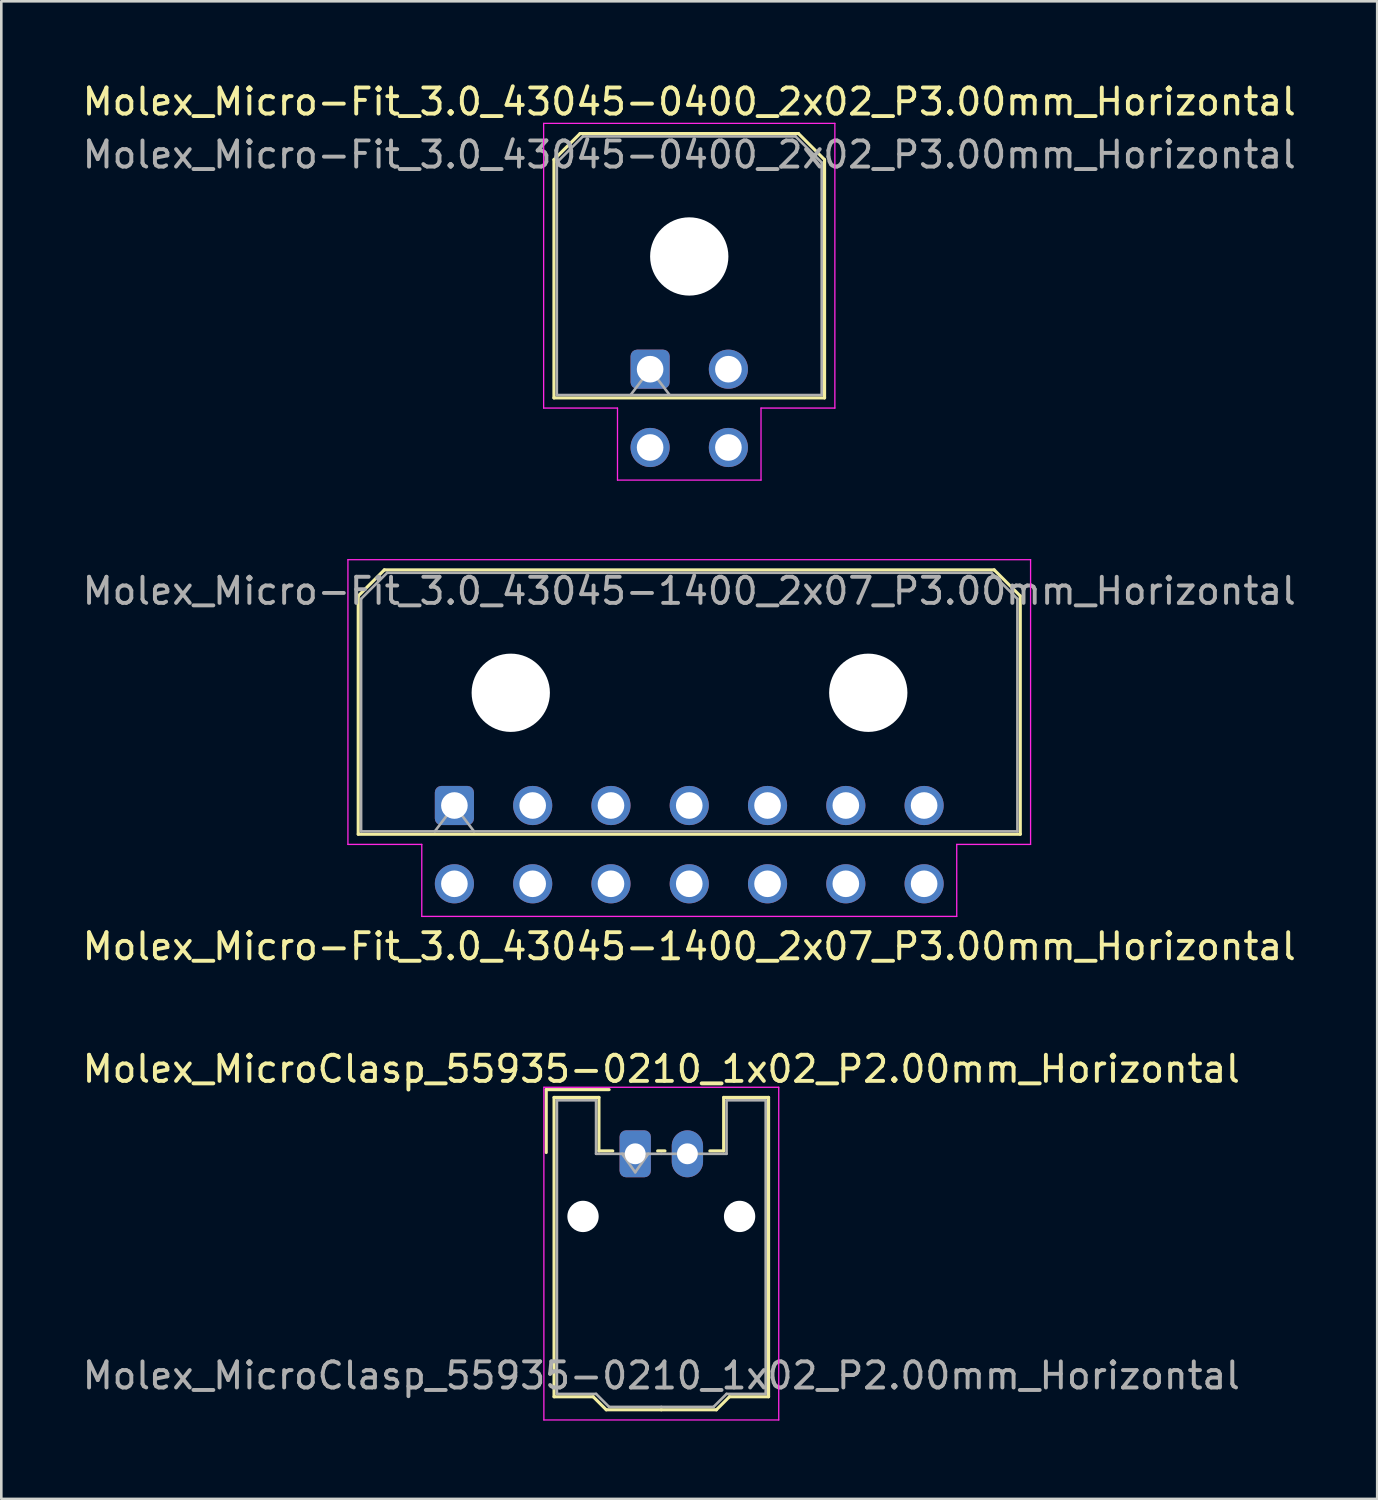
<source format=kicad_pcb>
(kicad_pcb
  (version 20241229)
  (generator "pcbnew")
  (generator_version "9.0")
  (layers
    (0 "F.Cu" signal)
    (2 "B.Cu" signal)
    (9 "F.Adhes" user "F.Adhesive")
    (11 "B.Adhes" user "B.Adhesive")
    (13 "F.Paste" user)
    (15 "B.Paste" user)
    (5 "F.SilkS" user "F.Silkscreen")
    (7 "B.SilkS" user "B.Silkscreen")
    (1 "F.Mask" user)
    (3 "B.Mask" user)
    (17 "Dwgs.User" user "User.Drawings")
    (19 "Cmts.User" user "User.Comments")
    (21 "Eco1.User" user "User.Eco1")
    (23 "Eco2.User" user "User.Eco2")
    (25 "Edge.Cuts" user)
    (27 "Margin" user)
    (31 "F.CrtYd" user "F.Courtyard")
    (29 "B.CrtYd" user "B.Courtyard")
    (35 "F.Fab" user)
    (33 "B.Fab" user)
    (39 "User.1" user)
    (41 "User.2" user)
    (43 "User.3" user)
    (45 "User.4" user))
  (footprint "Molex_MicroClasp_55935-0210_1x02_P2.00mm_Horizontal"
    (layer "F.Cu")
    (at 21.292 41.165)
    (property "Reference" "Molex_MicroClasp_55935-0210_1x02_P2.00mm_Horizontal" (at 1 -3.25 0) (layer "F.SilkS") (effects (font (size 1 1) (thickness 0.15))))
    (attr through_hole)
    (fp_line (start -3.41 -2.46) (end -1 -2.46) (stroke (width 0.12) (type solid)) (layer "F.SilkS"))
    (fp_line (start -3.41 -0.05) (end -3.41 -2.46) (stroke (width 0.12) (type solid)) (layer "F.SilkS"))
    (fp_line (start -3.11 -2.16) (end -1.39 -2.16) (stroke (width 0.12) (type solid)) (layer "F.SilkS"))
    (fp_line (start -3.11 9.31) (end -3.11 -2.16) (stroke (width 0.12) (type solid)) (layer "F.SilkS"))
    (fp_line (start -1.61 9.31) (end -3.11 9.31) (stroke (width 0.12) (type solid)) (layer "F.SilkS"))
    (fp_line (start -1.39 -2.16) (end -1.39 -0.11) (stroke (width 0.12) (type solid)) (layer "F.SilkS"))
    (fp_line (start -1.39 -0.11) (end -0.86 -0.11) (stroke (width 0.12) (type solid)) (layer "F.SilkS"))
    (fp_line (start -1.11 9.81) (end -1.61 9.31) (stroke (width 0.12) (type solid)) (layer "F.SilkS"))
    (fp_line (start 0.86 -0.11) (end 1.14 -0.11) (stroke (width 0.12) (type solid)) (layer "F.SilkS"))
    (fp_line (start 1 9.81) (end -1.11 9.81) (stroke (width 0.12) (type solid)) (layer "F.SilkS"))
    (fp_line (start 1 9.81) (end 3.11 9.81) (stroke (width 0.12) (type solid)) (layer "F.SilkS"))
    (fp_line (start 3.11 9.81) (end 3.61 9.31) (stroke (width 0.12) (type solid)) (layer "F.SilkS"))
    (fp_line (start 3.39 -2.16) (end 3.39 -0.11) (stroke (width 0.12) (type solid)) (layer "F.SilkS"))
    (fp_line (start 3.39 -0.11) (end 2.86 -0.11) (stroke (width 0.12) (type solid)) (layer "F.SilkS"))
    (fp_line (start 3.61 9.31) (end 5.11 9.31) (stroke (width 0.12) (type solid)) (layer "F.SilkS"))
    (fp_line (start 5.11 -2.16) (end 3.39 -2.16) (stroke (width 0.12) (type solid)) (layer "F.SilkS"))
    (fp_line (start 5.11 9.31) (end 5.11 -2.16) (stroke (width 0.12) (type solid)) (layer "F.SilkS"))
    (fp_line (start -3.5 -2.55) (end -3.5 10.2) (stroke (width 0.05) (type solid)) (layer "F.CrtYd"))
    (fp_line (start -3.5 10.2) (end 5.5 10.2) (stroke (width 0.05) (type solid)) (layer "F.CrtYd"))
    (fp_line (start 5.5 -2.55) (end -3.5 -2.55) (stroke (width 0.05) (type solid)) (layer "F.CrtYd"))
    (fp_line (start 5.5 10.2) (end 5.5 -2.55) (stroke (width 0.05) (type solid)) (layer "F.CrtYd"))
    (fp_line (start -3 -2.05) (end -1.5 -2.05) (stroke (width 0.1) (type solid)) (layer "F.Fab"))
    (fp_line (start -3 9.2) (end -3 -2.05) (stroke (width 0.1) (type solid)) (layer "F.Fab"))
    (fp_line (start -1.5 -2.05) (end -1.5 0) (stroke (width 0.1) (type solid)) (layer "F.Fab"))
    (fp_line (start -1.5 0) (end 1 0) (stroke (width 0.1) (type solid)) (layer "F.Fab"))
    (fp_line (start -1.5 9.2) (end -3 9.2) (stroke (width 0.1) (type solid)) (layer "F.Fab"))
    (fp_line (start -1 9.7) (end -1.5 9.2) (stroke (width 0.1) (type solid)) (layer "F.Fab"))
    (fp_line (start -0.5 0) (end 0 0.707) (stroke (width 0.1) (type solid)) (layer "F.Fab"))
    (fp_line (start 0 0.707) (end 0.5 0) (stroke (width 0.1) (type solid)) (layer "F.Fab"))
    (fp_line (start 1 9.7) (end -1 9.7) (stroke (width 0.1) (type solid)) (layer "F.Fab"))
    (fp_line (start 1 9.7) (end 3 9.7) (stroke (width 0.1) (type solid)) (layer "F.Fab"))
    (fp_line (start 3 9.7) (end 3.5 9.2) (stroke (width 0.1) (type solid)) (layer "F.Fab"))
    (fp_line (start 3.5 -2.05) (end 3.5 0) (stroke (width 0.1) (type solid)) (layer "F.Fab"))
    (fp_line (start 3.5 0) (end 1 0) (stroke (width 0.1) (type solid)) (layer "F.Fab"))
    (fp_line (start 3.5 9.2) (end 5 9.2) (stroke (width 0.1) (type solid)) (layer "F.Fab"))
    (fp_line (start 5 -2.05) (end 3.5 -2.05) (stroke (width 0.1) (type solid)) (layer "F.Fab"))
    (fp_line (start 5 9.2) (end 5 -2.05) (stroke (width 0.1) (type solid)) (layer "F.Fab"))
    (fp_text user "${REFERENCE}" (at 1 8.5 0) (layer "F.Fab") (effects (font (size 1 1) (thickness 0.15))))
    (pad "" np_thru_hole circle (at -2 2.4) (size 1.2 1.2) (drill 1.2) (layers "*.Cu" "*.Mask"))
    (pad "" np_thru_hole circle (at 4 2.4) (size 1.2 1.2) (drill 1.2) (layers "*.Cu" "*.Mask"))
    (pad "1" thru_hole roundrect (at 0 0) (size 1.2 1.8) (drill 0.8) (layers "*.Cu" "*.Mask") (roundrect_rratio 0.208))
    (pad "2" thru_hole oval (at 2 0) (size 1.2 1.8) (drill 0.8) (layers "*.Cu" "*.Mask")))
  (footprint "Molex_Micro-Fit_3.0_43045-1400_2x07_P3.00mm_Horizontal"
    (layer "F.Cu")
    (at 14.363 27.818)
    (property "Reference" "Molex_Micro-Fit_3.0_43045-1400_2x07_P3.00mm_Horizontal" (at 9 5.4 0) (layer "F.SilkS") (effects (font (size 1 1) (thickness 0.15))))
    (attr through_hole)
    (fp_line (start -3.685 -8.03) (end -2.685 -9.03) (stroke (width 0.12) (type solid)) (layer "F.SilkS"))
    (fp_line (start -3.685 1.1) (end -3.685 -8.03) (stroke (width 0.12) (type solid)) (layer "F.SilkS"))
    (fp_line (start -2.685 -9.03) (end 20.685 -9.03) (stroke (width 0.12) (type solid)) (layer "F.SilkS"))
    (fp_line (start 20.685 -9.03) (end 21.685 -8.03) (stroke (width 0.12) (type solid)) (layer "F.SilkS"))
    (fp_line (start 21.685 -8.03) (end 21.685 1.1) (stroke (width 0.12) (type solid)) (layer "F.SilkS"))
    (fp_line (start 21.685 1.1) (end -3.685 1.1) (stroke (width 0.12) (type solid)) (layer "F.SilkS"))
    (fp_line (start -4.08 -9.42) (end 22.08 -9.42) (stroke (width 0.05) (type solid)) (layer "F.CrtYd"))
    (fp_line (start -4.08 1.49) (end -4.08 -9.42) (stroke (width 0.05) (type solid)) (layer "F.CrtYd"))
    (fp_line (start -1.25 1.49) (end -4.08 1.49) (stroke (width 0.05) (type solid)) (layer "F.CrtYd"))
    (fp_line (start -1.25 4.25) (end -1.25 1.49) (stroke (width 0.05) (type solid)) (layer "F.CrtYd"))
    (fp_line (start 19.25 1.49) (end 19.25 4.25) (stroke (width 0.05) (type solid)) (layer "F.CrtYd"))
    (fp_line (start 19.25 4.25) (end -1.25 4.25) (stroke (width 0.05) (type solid)) (layer "F.CrtYd"))
    (fp_line (start 22.08 -9.42) (end 22.08 1.49) (stroke (width 0.05) (type solid)) (layer "F.CrtYd"))
    (fp_line (start 22.08 1.49) (end 19.25 1.49) (stroke (width 0.05) (type solid)) (layer "F.CrtYd"))
    (fp_line (start -3.575 -7.92) (end -2.575 -8.92) (stroke (width 0.1) (type solid)) (layer "F.Fab"))
    (fp_line (start -3.575 0.99) (end -3.575 -7.92) (stroke (width 0.1) (type solid)) (layer "F.Fab"))
    (fp_line (start -2.575 -8.92) (end 20.575 -8.92) (stroke (width 0.1) (type solid)) (layer "F.Fab"))
    (fp_line (start -0.75 0.99) (end 0 0) (stroke (width 0.1) (type solid)) (layer "F.Fab"))
    (fp_line (start 0 0) (end 0.75 0.99) (stroke (width 0.1) (type solid)) (layer "F.Fab"))
    (fp_line (start 20.575 -8.92) (end 21.575 -7.92) (stroke (width 0.1) (type solid)) (layer "F.Fab"))
    (fp_line (start 21.575 -7.92) (end 21.575 0.99) (stroke (width 0.1) (type solid)) (layer "F.Fab"))
    (fp_line (start 21.575 0.99) (end -3.575 0.99) (stroke (width 0.1) (type solid)) (layer "F.Fab"))
    (fp_text user "${REFERENCE}" (at 9 -8.22 0) (layer "F.Fab") (effects (font (size 1 1) (thickness 0.15))))
    (pad "" np_thru_hole circle (at 2.16 -4.32) (size 3 3) (drill 3) (layers "*.Cu" "*.Mask"))
    (pad "" np_thru_hole circle (at 15.86 -4.32) (size 3 3) (drill 3) (layers "*.Cu" "*.Mask"))
    (pad "1" thru_hole roundrect (at 0 0) (size 1.5 1.5) (drill 1.02) (layers "*.Cu" "*.Mask") (roundrect_rratio 0.167))
    (pad "2" thru_hole circle (at 3 0) (size 1.5 1.5) (drill 1.02) (layers "*.Cu" "*.Mask"))
    (pad "3" thru_hole circle (at 6 0) (size 1.5 1.5) (drill 1.02) (layers "*.Cu" "*.Mask"))
    (pad "4" thru_hole circle (at 9 0) (size 1.5 1.5) (drill 1.02) (layers "*.Cu" "*.Mask"))
    (pad "5" thru_hole circle (at 12 0) (size 1.5 1.5) (drill 1.02) (layers "*.Cu" "*.Mask"))
    (pad "6" thru_hole circle (at 15 0) (size 1.5 1.5) (drill 1.02) (layers "*.Cu" "*.Mask"))
    (pad "7" thru_hole circle (at 18 0) (size 1.5 1.5) (drill 1.02) (layers "*.Cu" "*.Mask"))
    (pad "8" thru_hole circle (at 0 3) (size 1.5 1.5) (drill 1.02) (layers "*.Cu" "*.Mask"))
    (pad "9" thru_hole circle (at 3 3) (size 1.5 1.5) (drill 1.02) (layers "*.Cu" "*.Mask"))
    (pad "10" thru_hole circle (at 6 3) (size 1.5 1.5) (drill 1.02) (layers "*.Cu" "*.Mask"))
    (pad "11" thru_hole circle (at 9 3) (size 1.5 1.5) (drill 1.02) (layers "*.Cu" "*.Mask"))
    (pad "12" thru_hole circle (at 12 3) (size 1.5 1.5) (drill 1.02) (layers "*.Cu" "*.Mask"))
    (pad "13" thru_hole circle (at 15 3) (size 1.5 1.5) (drill 1.02) (layers "*.Cu" "*.Mask"))
    (pad "14" thru_hole circle (at 18 3) (size 1.5 1.5) (drill 1.02) (layers "*.Cu" "*.Mask")))
  (footprint "Molex_Micro-Fit_3.0_43045-0400_2x02_P3.00mm_Horizontal"
    (layer "F.Cu")
    (at 21.863 11.048)
    (property "Reference" "Molex_Micro-Fit_3.0_43045-0400_2x02_P3.00mm_Horizontal" (at 1.5 -10.2 0) (layer "F.SilkS") (effects (font (size 1 1) (thickness 0.15))))
    (attr through_hole)
    (fp_line (start -3.685 -7.98) (end -2.685 -8.98) (stroke (width 0.12) (type solid)) (layer "F.SilkS"))
    (fp_line (start -3.685 1.15) (end -3.685 -7.98) (stroke (width 0.12) (type solid)) (layer "F.SilkS"))
    (fp_line (start -2.685 -8.98) (end 5.685 -8.98) (stroke (width 0.12) (type solid)) (layer "F.SilkS"))
    (fp_line (start 5.685 -8.98) (end 6.685 -7.98) (stroke (width 0.12) (type solid)) (layer "F.SilkS"))
    (fp_line (start 6.685 -7.98) (end 6.685 1.15) (stroke (width 0.12) (type solid)) (layer "F.SilkS"))
    (fp_line (start 6.685 1.15) (end -3.685 1.15) (stroke (width 0.12) (type solid)) (layer "F.SilkS"))
    (fp_line (start -4.08 -9.37) (end 7.08 -9.37) (stroke (width 0.05) (type solid)) (layer "F.CrtYd"))
    (fp_line (start -4.08 1.54) (end -4.08 -9.37) (stroke (width 0.05) (type solid)) (layer "F.CrtYd"))
    (fp_line (start -1.25 1.54) (end -4.08 1.54) (stroke (width 0.05) (type solid)) (layer "F.CrtYd"))
    (fp_line (start -1.25 4.3) (end -1.25 1.54) (stroke (width 0.05) (type solid)) (layer "F.CrtYd"))
    (fp_line (start 4.25 1.54) (end 4.25 4.3) (stroke (width 0.05) (type solid)) (layer "F.CrtYd"))
    (fp_line (start 4.25 4.3) (end -1.25 4.3) (stroke (width 0.05) (type solid)) (layer "F.CrtYd"))
    (fp_line (start 7.08 -9.37) (end 7.08 1.54) (stroke (width 0.05) (type solid)) (layer "F.CrtYd"))
    (fp_line (start 7.08 1.54) (end 4.25 1.54) (stroke (width 0.05) (type solid)) (layer "F.CrtYd"))
    (fp_line (start -3.575 -7.87) (end -2.575 -8.87) (stroke (width 0.1) (type solid)) (layer "F.Fab"))
    (fp_line (start -3.575 1.04) (end -3.575 -7.87) (stroke (width 0.1) (type solid)) (layer "F.Fab"))
    (fp_line (start -2.575 -8.87) (end 5.575 -8.87) (stroke (width 0.1) (type solid)) (layer "F.Fab"))
    (fp_line (start -0.75 1.04) (end 0 0.05) (stroke (width 0.1) (type solid)) (layer "F.Fab"))
    (fp_line (start 0 0.05) (end 0.75 1.04) (stroke (width 0.1) (type solid)) (layer "F.Fab"))
    (fp_line (start 5.575 -8.87) (end 6.575 -7.87) (stroke (width 0.1) (type solid)) (layer "F.Fab"))
    (fp_line (start 6.575 -7.87) (end 6.575 1.04) (stroke (width 0.1) (type solid)) (layer "F.Fab"))
    (fp_line (start 6.575 1.04) (end -3.575 1.04) (stroke (width 0.1) (type solid)) (layer "F.Fab"))
    (fp_text user "${REFERENCE}" (at 1.5 -8.17 0) (layer "F.Fab") (effects (font (size 1 1) (thickness 0.15))))
    (pad "" np_thru_hole circle (at 1.5 -4.27) (size 3 3) (drill 3) (layers "*.Cu" "*.Mask"))
    (pad "1" thru_hole roundrect (at 0 0.05) (size 1.5 1.5) (drill 1.02) (layers "*.Cu" "*.Mask") (roundrect_rratio 0.167))
    (pad "2" thru_hole circle (at 3 0.05) (size 1.5 1.5) (drill 1.02) (layers "*.Cu" "*.Mask"))
    (pad "3" thru_hole circle (at 0 3.05) (size 1.5 1.5) (drill 1.02) (layers "*.Cu" "*.Mask"))
    (pad "4" thru_hole circle (at 3 3.05) (size 1.5 1.5) (drill 1.02) (layers "*.Cu" "*.Mask")))
  (gr_rect
    (start -3 -3)
    (end 49.726 54.39)
    (stroke (width 0.1) (type default))
    (fill no)
    (layer "Edge.Cuts")))
</source>
